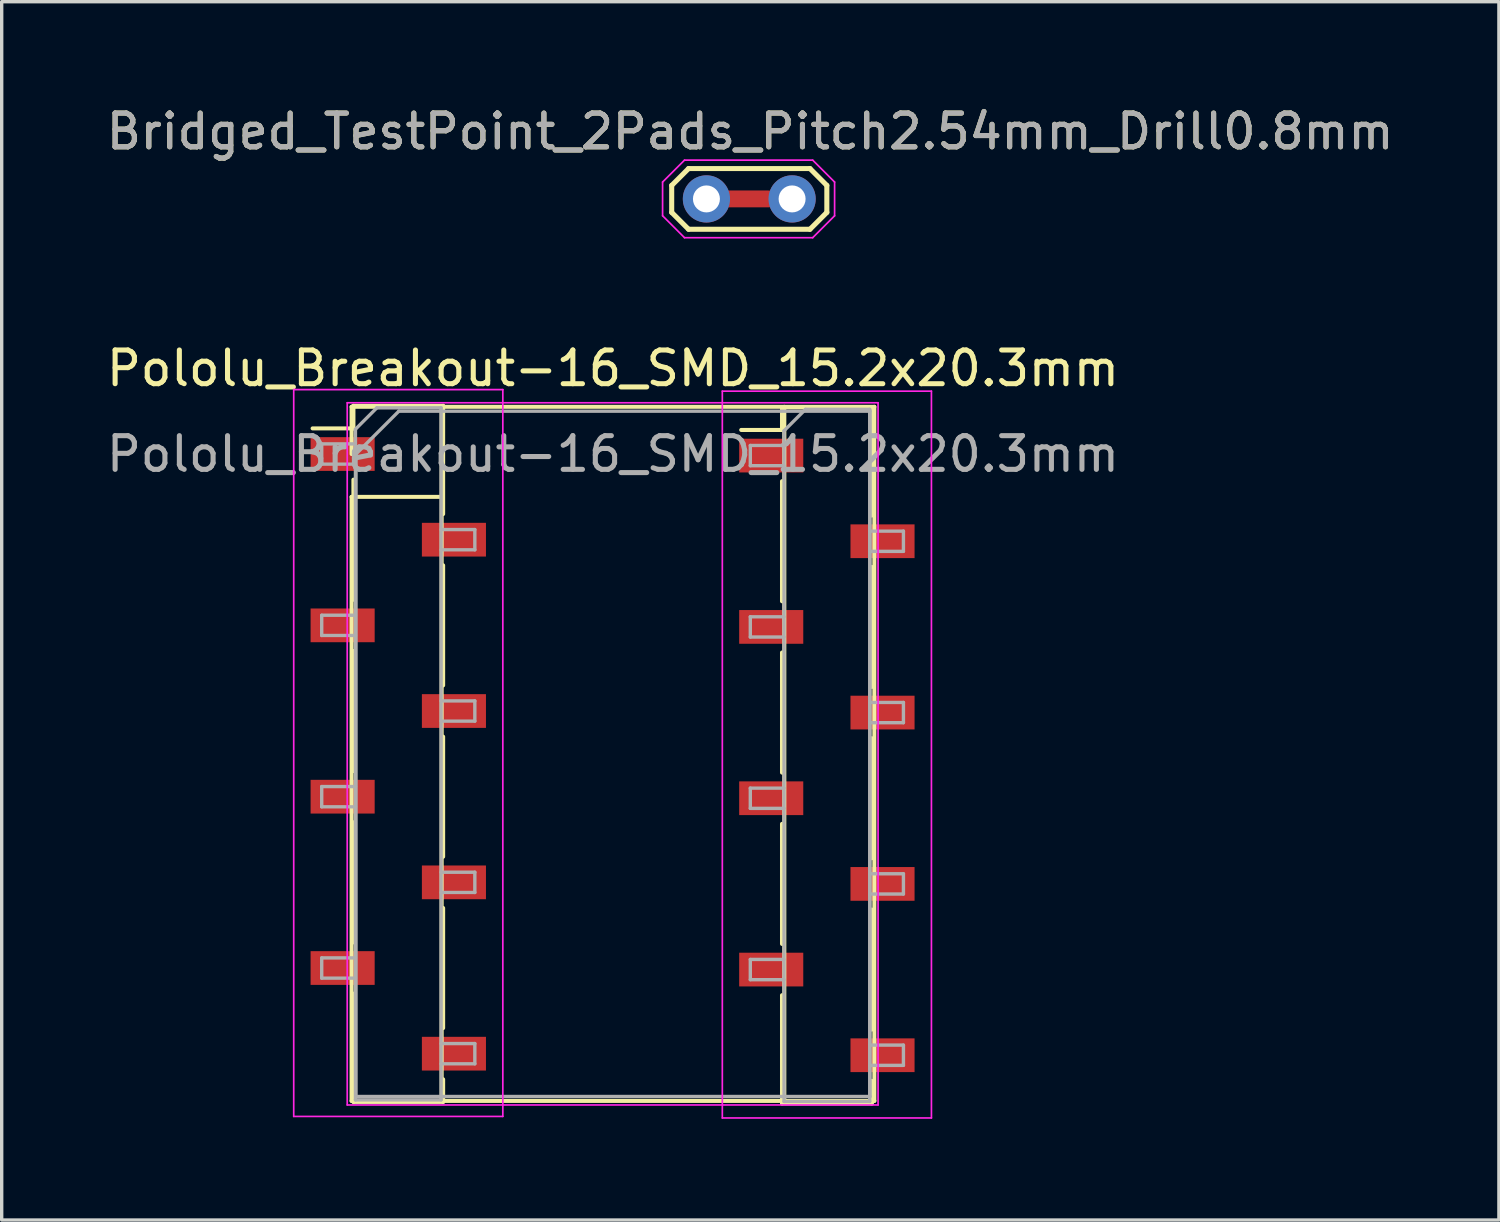
<source format=kicad_pcb>
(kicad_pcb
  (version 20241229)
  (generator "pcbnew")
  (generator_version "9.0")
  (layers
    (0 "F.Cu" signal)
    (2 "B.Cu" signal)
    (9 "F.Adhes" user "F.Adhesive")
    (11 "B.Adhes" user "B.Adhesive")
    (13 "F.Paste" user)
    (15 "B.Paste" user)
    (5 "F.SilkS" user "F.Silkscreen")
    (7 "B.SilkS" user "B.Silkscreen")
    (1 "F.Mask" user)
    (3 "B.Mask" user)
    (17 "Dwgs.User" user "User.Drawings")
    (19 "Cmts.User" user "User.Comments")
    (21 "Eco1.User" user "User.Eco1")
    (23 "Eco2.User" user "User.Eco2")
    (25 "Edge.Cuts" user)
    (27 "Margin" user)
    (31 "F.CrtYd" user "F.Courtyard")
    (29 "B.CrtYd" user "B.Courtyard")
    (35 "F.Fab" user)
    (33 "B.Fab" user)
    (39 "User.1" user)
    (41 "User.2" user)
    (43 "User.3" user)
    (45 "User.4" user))
  (footprint "Pololu_Breakout-16_SMD_15.2x20.3mm"
    (layer "F.Cu")
    (at 8.775 10.412)
    (property "Reference" "Pololu_Breakout-16_SMD_15.2x20.3mm" (at 6.35 -2.54 0) (layer "F.SilkS") (effects (font (size 1 1) (thickness 0.15))))
    (attr through_hole)
    (fp_line (start -2.556 -0.76) (end -1.346 -0.76) (stroke (width 0.12) (type solid)) (layer "F.SilkS"))
    (fp_line (start -1.4 -1.4) (end -1.4 0) (stroke (width 0.12) (type solid)) (layer "F.SilkS"))
    (fp_line (start -1.4 1.27) (end -1.4 19.18) (stroke (width 0.12) (type solid)) (layer "F.SilkS"))
    (fp_line (start -1.4 19.18) (end 14.1 19.18) (stroke (width 0.12) (type solid)) (layer "F.SilkS"))
    (fp_line (start -1.346 -1.43) (end -1.346 -0.76) (stroke (width 0.12) (type solid)) (layer "F.SilkS"))
    (fp_line (start -1.346 -1.43) (end 1.314 -1.43) (stroke (width 0.12) (type solid)) (layer "F.SilkS"))
    (fp_line (start -1.346 0.76) (end -1.346 4.32) (stroke (width 0.12) (type solid)) (layer "F.SilkS"))
    (fp_line (start -1.346 5.84) (end -1.346 9.4) (stroke (width 0.12) (type solid)) (layer "F.SilkS"))
    (fp_line (start -1.346 10.92) (end -1.346 14.48) (stroke (width 0.12) (type solid)) (layer "F.SilkS"))
    (fp_line (start -1.346 16) (end -1.346 19.21) (stroke (width 0.12) (type solid)) (layer "F.SilkS"))
    (fp_line (start -1.346 19.21) (end 1.314 19.21) (stroke (width 0.12) (type solid)) (layer "F.SilkS"))
    (fp_line (start 0 -1.4) (end -1.4 -1.4) (stroke (width 0.12) (type solid)) (layer "F.SilkS"))
    (fp_line (start 1.27 -1.4) (end 1.27 1.27) (stroke (width 0.12) (type solid)) (layer "F.SilkS"))
    (fp_line (start 1.27 1.27) (end -1.4 1.27) (stroke (width 0.12) (type solid)) (layer "F.SilkS"))
    (fp_line (start 1.27 1.27) (end 1.27 19.18) (stroke (width 0.12) (type solid)) (layer "F.SilkS"))
    (fp_line (start 1.314 -1.43) (end 1.314 1.78) (stroke (width 0.12) (type solid)) (layer "F.SilkS"))
    (fp_line (start 1.314 3.3) (end 1.314 6.86) (stroke (width 0.12) (type solid)) (layer "F.SilkS"))
    (fp_line (start 1.314 8.38) (end 1.314 11.94) (stroke (width 0.12) (type solid)) (layer "F.SilkS"))
    (fp_line (start 1.314 13.46) (end 1.314 17.02) (stroke (width 0.12) (type solid)) (layer "F.SilkS"))
    (fp_line (start 1.314 18.54) (end 1.314 19.21) (stroke (width 0.12) (type solid)) (layer "F.SilkS"))
    (fp_line (start 10.152 -0.714) (end 11.362 -0.714) (stroke (width 0.12) (type solid)) (layer "F.SilkS"))
    (fp_line (start 11.362 -1.384) (end 11.362 -0.714) (stroke (width 0.12) (type solid)) (layer "F.SilkS"))
    (fp_line (start 11.362 -1.384) (end 14.022 -1.384) (stroke (width 0.12) (type solid)) (layer "F.SilkS"))
    (fp_line (start 11.362 0.806) (end 11.362 4.366) (stroke (width 0.12) (type solid)) (layer "F.SilkS"))
    (fp_line (start 11.362 5.886) (end 11.362 9.446) (stroke (width 0.12) (type solid)) (layer "F.SilkS"))
    (fp_line (start 11.362 10.966) (end 11.362 14.526) (stroke (width 0.12) (type solid)) (layer "F.SilkS"))
    (fp_line (start 11.362 16.046) (end 11.362 19.256) (stroke (width 0.12) (type solid)) (layer "F.SilkS"))
    (fp_line (start 11.362 19.256) (end 14.022 19.256) (stroke (width 0.12) (type solid)) (layer "F.SilkS"))
    (fp_line (start 11.43 -1.4) (end 11.43 19.18) (stroke (width 0.12) (type solid)) (layer "F.SilkS"))
    (fp_line (start 14.022 -1.384) (end 14.022 1.826) (stroke (width 0.12) (type solid)) (layer "F.SilkS"))
    (fp_line (start 14.022 3.346) (end 14.022 6.906) (stroke (width 0.12) (type solid)) (layer "F.SilkS"))
    (fp_line (start 14.022 8.426) (end 14.022 11.986) (stroke (width 0.12) (type solid)) (layer "F.SilkS"))
    (fp_line (start 14.022 13.506) (end 14.022 17.066) (stroke (width 0.12) (type solid)) (layer "F.SilkS"))
    (fp_line (start 14.022 18.586) (end 14.022 19.256) (stroke (width 0.12) (type solid)) (layer "F.SilkS"))
    (fp_line (start 14.1 -1.4) (end 1.27 -1.4) (stroke (width 0.12) (type solid)) (layer "F.SilkS"))
    (fp_line (start 14.1 19.18) (end 14.1 -1.4) (stroke (width 0.12) (type solid)) (layer "F.SilkS"))
    (fp_line (start -3.116 -1.91) (end 3.084 -1.91) (stroke (width 0.05) (type solid)) (layer "F.CrtYd"))
    (fp_line (start -3.116 19.64) (end -3.116 -1.91) (stroke (width 0.05) (type solid)) (layer "F.CrtYd"))
    (fp_line (start -1.53 -1.52) (end -1.53 19.3) (stroke (width 0.05) (type solid)) (layer "F.CrtYd"))
    (fp_line (start -1.53 -1.52) (end 14.21 -1.52) (stroke (width 0.05) (type solid)) (layer "F.CrtYd"))
    (fp_line (start 3.084 -1.91) (end 3.084 19.64) (stroke (width 0.05) (type solid)) (layer "F.CrtYd"))
    (fp_line (start 3.084 19.64) (end -3.116 19.64) (stroke (width 0.05) (type solid)) (layer "F.CrtYd"))
    (fp_line (start 9.592 -1.864) (end 15.792 -1.864) (stroke (width 0.05) (type solid)) (layer "F.CrtYd"))
    (fp_line (start 9.592 19.686) (end 9.592 -1.864) (stroke (width 0.05) (type solid)) (layer "F.CrtYd"))
    (fp_line (start 14.21 19.3) (end -1.53 19.3) (stroke (width 0.05) (type solid)) (layer "F.CrtYd"))
    (fp_line (start 14.21 19.3) (end 14.21 -1.52) (stroke (width 0.05) (type solid)) (layer "F.CrtYd"))
    (fp_line (start 15.792 -1.864) (end 15.792 19.686) (stroke (width 0.05) (type solid)) (layer "F.CrtYd"))
    (fp_line (start 15.792 19.686) (end 9.592 19.686) (stroke (width 0.05) (type solid)) (layer "F.CrtYd"))
    (fp_line (start -2.286 -0.3) (end -1.286 -0.3) (stroke (width 0.1) (type solid)) (layer "F.Fab"))
    (fp_line (start -2.286 0.3) (end -2.286 -0.3) (stroke (width 0.1) (type solid)) (layer "F.Fab"))
    (fp_line (start -2.286 4.78) (end -1.286 4.78) (stroke (width 0.1) (type solid)) (layer "F.Fab"))
    (fp_line (start -2.286 5.38) (end -2.286 4.78) (stroke (width 0.1) (type solid)) (layer "F.Fab"))
    (fp_line (start -2.286 9.86) (end -1.286 9.86) (stroke (width 0.1) (type solid)) (layer "F.Fab"))
    (fp_line (start -2.286 10.46) (end -2.286 9.86) (stroke (width 0.1) (type solid)) (layer "F.Fab"))
    (fp_line (start -2.286 14.94) (end -1.286 14.94) (stroke (width 0.1) (type solid)) (layer "F.Fab"))
    (fp_line (start -2.286 15.54) (end -2.286 14.94) (stroke (width 0.1) (type solid)) (layer "F.Fab"))
    (fp_line (start -1.286 -0.735) (end -0.651 -1.37) (stroke (width 0.1) (type solid)) (layer "F.Fab"))
    (fp_line (start -1.286 0.3) (end -2.286 0.3) (stroke (width 0.1) (type solid)) (layer "F.Fab"))
    (fp_line (start -1.286 5.38) (end -2.286 5.38) (stroke (width 0.1) (type solid)) (layer "F.Fab"))
    (fp_line (start -1.286 10.46) (end -2.286 10.46) (stroke (width 0.1) (type solid)) (layer "F.Fab"))
    (fp_line (start -1.286 15.54) (end -2.286 15.54) (stroke (width 0.1) (type solid)) (layer "F.Fab"))
    (fp_line (start -1.286 19.15) (end -1.286 -0.735) (stroke (width 0.1) (type solid)) (layer "F.Fab"))
    (fp_line (start -1.27 0) (end 0 -1.27) (stroke (width 0.1) (type solid)) (layer "F.Fab"))
    (fp_line (start -1.27 19.05) (end -1.27 0) (stroke (width 0.1) (type solid)) (layer "F.Fab"))
    (fp_line (start -0.651 -1.37) (end 1.254 -1.37) (stroke (width 0.1) (type solid)) (layer "F.Fab"))
    (fp_line (start 0 -1.27) (end 13.97 -1.27) (stroke (width 0.1) (type solid)) (layer "F.Fab"))
    (fp_line (start 1.254 -1.37) (end 1.254 19.15) (stroke (width 0.1) (type solid)) (layer "F.Fab"))
    (fp_line (start 1.254 2.24) (end 2.254 2.24) (stroke (width 0.1) (type solid)) (layer "F.Fab"))
    (fp_line (start 1.254 7.32) (end 2.254 7.32) (stroke (width 0.1) (type solid)) (layer "F.Fab"))
    (fp_line (start 1.254 12.4) (end 2.254 12.4) (stroke (width 0.1) (type solid)) (layer "F.Fab"))
    (fp_line (start 1.254 17.48) (end 2.254 17.48) (stroke (width 0.1) (type solid)) (layer "F.Fab"))
    (fp_line (start 1.254 19.15) (end -1.286 19.15) (stroke (width 0.1) (type solid)) (layer "F.Fab"))
    (fp_line (start 2.254 2.24) (end 2.254 2.84) (stroke (width 0.1) (type solid)) (layer "F.Fab"))
    (fp_line (start 2.254 2.84) (end 1.254 2.84) (stroke (width 0.1) (type solid)) (layer "F.Fab"))
    (fp_line (start 2.254 7.32) (end 2.254 7.92) (stroke (width 0.1) (type solid)) (layer "F.Fab"))
    (fp_line (start 2.254 7.92) (end 1.254 7.92) (stroke (width 0.1) (type solid)) (layer "F.Fab"))
    (fp_line (start 2.254 12.4) (end 2.254 13) (stroke (width 0.1) (type solid)) (layer "F.Fab"))
    (fp_line (start 2.254 13) (end 1.254 13) (stroke (width 0.1) (type solid)) (layer "F.Fab"))
    (fp_line (start 2.254 17.48) (end 2.254 18.08) (stroke (width 0.1) (type solid)) (layer "F.Fab"))
    (fp_line (start 2.254 18.08) (end 1.254 18.08) (stroke (width 0.1) (type solid)) (layer "F.Fab"))
    (fp_line (start 10.422 -0.254) (end 11.422 -0.254) (stroke (width 0.1) (type solid)) (layer "F.Fab"))
    (fp_line (start 10.422 0.346) (end 10.422 -0.254) (stroke (width 0.1) (type solid)) (layer "F.Fab"))
    (fp_line (start 10.422 4.826) (end 11.422 4.826) (stroke (width 0.1) (type solid)) (layer "F.Fab"))
    (fp_line (start 10.422 5.426) (end 10.422 4.826) (stroke (width 0.1) (type solid)) (layer "F.Fab"))
    (fp_line (start 10.422 9.906) (end 11.422 9.906) (stroke (width 0.1) (type solid)) (layer "F.Fab"))
    (fp_line (start 10.422 10.506) (end 10.422 9.906) (stroke (width 0.1) (type solid)) (layer "F.Fab"))
    (fp_line (start 10.422 14.986) (end 11.422 14.986) (stroke (width 0.1) (type solid)) (layer "F.Fab"))
    (fp_line (start 10.422 15.586) (end 10.422 14.986) (stroke (width 0.1) (type solid)) (layer "F.Fab"))
    (fp_line (start 11.422 -0.689) (end 12.057 -1.324) (stroke (width 0.1) (type solid)) (layer "F.Fab"))
    (fp_line (start 11.422 0.346) (end 10.422 0.346) (stroke (width 0.1) (type solid)) (layer "F.Fab"))
    (fp_line (start 11.422 5.426) (end 10.422 5.426) (stroke (width 0.1) (type solid)) (layer "F.Fab"))
    (fp_line (start 11.422 10.506) (end 10.422 10.506) (stroke (width 0.1) (type solid)) (layer "F.Fab"))
    (fp_line (start 11.422 15.586) (end 10.422 15.586) (stroke (width 0.1) (type solid)) (layer "F.Fab"))
    (fp_line (start 11.422 19.196) (end 11.422 -0.689) (stroke (width 0.1) (type solid)) (layer "F.Fab"))
    (fp_line (start 12.057 -1.324) (end 13.962 -1.324) (stroke (width 0.1) (type solid)) (layer "F.Fab"))
    (fp_line (start 13.962 -1.324) (end 13.962 19.196) (stroke (width 0.1) (type solid)) (layer "F.Fab"))
    (fp_line (start 13.962 2.286) (end 14.962 2.286) (stroke (width 0.1) (type solid)) (layer "F.Fab"))
    (fp_line (start 13.962 7.366) (end 14.962 7.366) (stroke (width 0.1) (type solid)) (layer "F.Fab"))
    (fp_line (start 13.962 12.446) (end 14.962 12.446) (stroke (width 0.1) (type solid)) (layer "F.Fab"))
    (fp_line (start 13.962 17.526) (end 14.962 17.526) (stroke (width 0.1) (type solid)) (layer "F.Fab"))
    (fp_line (start 13.962 19.196) (end 11.422 19.196) (stroke (width 0.1) (type solid)) (layer "F.Fab"))
    (fp_line (start 13.97 -1.27) (end 13.97 19.05) (stroke (width 0.1) (type solid)) (layer "F.Fab"))
    (fp_line (start 13.97 19.05) (end -1.27 19.05) (stroke (width 0.1) (type solid)) (layer "F.Fab"))
    (fp_line (start 14.962 2.286) (end 14.962 2.886) (stroke (width 0.1) (type solid)) (layer "F.Fab"))
    (fp_line (start 14.962 2.886) (end 13.962 2.886) (stroke (width 0.1) (type solid)) (layer "F.Fab"))
    (fp_line (start 14.962 7.366) (end 14.962 7.966) (stroke (width 0.1) (type solid)) (layer "F.Fab"))
    (fp_line (start 14.962 7.966) (end 13.962 7.966) (stroke (width 0.1) (type solid)) (layer "F.Fab"))
    (fp_line (start 14.962 12.446) (end 14.962 13.046) (stroke (width 0.1) (type solid)) (layer "F.Fab"))
    (fp_line (start 14.962 13.046) (end 13.962 13.046) (stroke (width 0.1) (type solid)) (layer "F.Fab"))
    (fp_line (start 14.962 17.526) (end 14.962 18.126) (stroke (width 0.1) (type solid)) (layer "F.Fab"))
    (fp_line (start 14.962 18.126) (end 13.962 18.126) (stroke (width 0.1) (type solid)) (layer "F.Fab"))
    (fp_text user "${REFERENCE}" (at 6.35 0 0) (layer "F.Fab") (effects (font (size 1 1) (thickness 0.15))))
    (pad "1" smd rect (at -1.666 0) (size 1.9 1) (layers "F.Cu" "F.Mask" "F.Paste"))
    (pad "2" smd rect (at 1.634 2.54) (size 1.9 1) (layers "F.Cu" "F.Mask" "F.Paste"))
    (pad "3" smd rect (at -1.666 5.08) (size 1.9 1) (layers "F.Cu" "F.Mask" "F.Paste"))
    (pad "4" smd rect (at 1.634 7.62) (size 1.9 1) (layers "F.Cu" "F.Mask" "F.Paste"))
    (pad "5" smd rect (at -1.666 10.16) (size 1.9 1) (layers "F.Cu" "F.Mask" "F.Paste"))
    (pad "6" smd rect (at 1.634 12.7) (size 1.9 1) (layers "F.Cu" "F.Mask" "F.Paste"))
    (pad "7" smd rect (at -1.666 15.24) (size 1.9 1) (layers "F.Cu" "F.Mask" "F.Paste"))
    (pad "8" smd rect (at 1.634 17.78) (size 1.9 1) (layers "F.Cu" "F.Mask" "F.Paste"))
    (pad "9" smd rect (at 14.342 17.826) (size 1.9 1) (layers "F.Cu" "F.Mask" "F.Paste"))
    (pad "10" smd rect (at 11.042 15.286) (size 1.9 1) (layers "F.Cu" "F.Mask" "F.Paste"))
    (pad "11" smd rect (at 14.342 12.746) (size 1.9 1) (layers "F.Cu" "F.Mask" "F.Paste"))
    (pad "12" smd rect (at 11.042 10.206) (size 1.9 1) (layers "F.Cu" "F.Mask" "F.Paste"))
    (pad "13" smd rect (at 14.342 7.666) (size 1.9 1) (layers "F.Cu" "F.Mask" "F.Paste"))
    (pad "14" smd rect (at 11.042 5.126) (size 1.9 1) (layers "F.Cu" "F.Mask" "F.Paste"))
    (pad "15" smd rect (at 14.342 2.586) (size 1.9 1) (layers "F.Cu" "F.Mask" "F.Paste"))
    (pad "16" smd rect (at 11.042 0.046) (size 1.9 1) (layers "F.Cu" "F.Mask" "F.Paste")))
  (footprint "Bridged_TestPoint_2Pads_Pitch2.54mm_Drill0.8mm"
    (layer "F.Cu")
    (at 17.896 2.848)
    (property "Reference" "Bridged_TestPoint_2Pads_Pitch2.54mm_Drill0.8mm" (at 1.3 -2 0) (layer "F.SilkS") (effects (font (size 1 1) (thickness 0.15))))
    (attr exclude_from_pos_files exclude_from_bom)
    (fp_line (start 1.84 0) (end 0.7 0) (stroke (width 0.5) (type default)) (layer "F.Cu"))
    (fp_line (start -1.03 -0.4) (end -0.53 -0.9) (stroke (width 0.15) (type solid)) (layer "F.SilkS"))
    (fp_line (start -1.03 0.4) (end -1.03 -0.4) (stroke (width 0.15) (type solid)) (layer "F.SilkS"))
    (fp_line (start -0.53 -0.9) (end 3.07 -0.9) (stroke (width 0.15) (type solid)) (layer "F.SilkS"))
    (fp_line (start -0.53 0.9) (end -1.03 0.4) (stroke (width 0.15) (type solid)) (layer "F.SilkS"))
    (fp_line (start 3.07 -0.9) (end 3.57 -0.4) (stroke (width 0.15) (type solid)) (layer "F.SilkS"))
    (fp_line (start 3.07 0.9) (end -0.53 0.9) (stroke (width 0.15) (type solid)) (layer "F.SilkS"))
    (fp_line (start 3.57 -0.4) (end 3.57 0.4) (stroke (width 0.15) (type solid)) (layer "F.SilkS"))
    (fp_line (start 3.57 0.4) (end 3.07 0.9) (stroke (width 0.15) (type solid)) (layer "F.SilkS"))
    (fp_line (start -1.3 -0.5) (end -1.3 0.5) (stroke (width 0.05) (type solid)) (layer "F.CrtYd"))
    (fp_line (start -1.3 0.5) (end -0.65 1.15) (stroke (width 0.05) (type solid)) (layer "F.CrtYd"))
    (fp_line (start -0.65 -1.15) (end -1.3 -0.5) (stroke (width 0.05) (type solid)) (layer "F.CrtYd"))
    (fp_line (start -0.65 1.15) (end 3.15 1.15) (stroke (width 0.05) (type solid)) (layer "F.CrtYd"))
    (fp_line (start 3.15 -1.15) (end -0.65 -1.15) (stroke (width 0.05) (type solid)) (layer "F.CrtYd"))
    (fp_line (start 3.15 1.15) (end 3.8 0.5) (stroke (width 0.05) (type solid)) (layer "F.CrtYd"))
    (fp_line (start 3.8 -0.5) (end 3.15 -1.15) (stroke (width 0.05) (type solid)) (layer "F.CrtYd"))
    (fp_line (start 3.8 0.5) (end 3.8 -0.5) (stroke (width 0.05) (type solid)) (layer "F.CrtYd"))
    (fp_text user "${REFERENCE}" (at 1.3 -2 0) (layer "F.Fab") (effects (font (size 1 1) (thickness 0.15))))
    (pad "1" thru_hole circle (at 0 0) (size 1.4 1.4) (drill 0.8) (layers "*.Cu" "*.Mask"))
    (pad "2" thru_hole circle (at 2.54 0) (size 1.4 1.4) (drill 0.8) (layers "*.Cu" "*.Mask")))
  (gr_rect
    (start -3 -3)
    (end 41.393 33.123)
    (stroke (width 0.1) (type default))
    (fill no)
    (layer "Edge.Cuts")))
</source>
